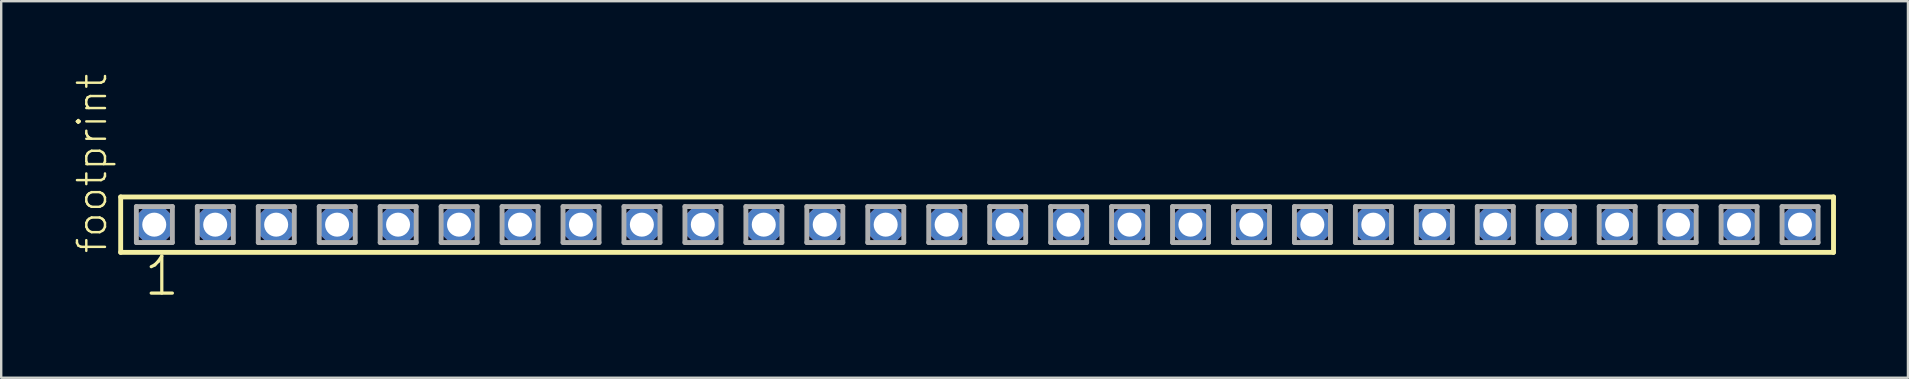
<source format=kicad_pcb>
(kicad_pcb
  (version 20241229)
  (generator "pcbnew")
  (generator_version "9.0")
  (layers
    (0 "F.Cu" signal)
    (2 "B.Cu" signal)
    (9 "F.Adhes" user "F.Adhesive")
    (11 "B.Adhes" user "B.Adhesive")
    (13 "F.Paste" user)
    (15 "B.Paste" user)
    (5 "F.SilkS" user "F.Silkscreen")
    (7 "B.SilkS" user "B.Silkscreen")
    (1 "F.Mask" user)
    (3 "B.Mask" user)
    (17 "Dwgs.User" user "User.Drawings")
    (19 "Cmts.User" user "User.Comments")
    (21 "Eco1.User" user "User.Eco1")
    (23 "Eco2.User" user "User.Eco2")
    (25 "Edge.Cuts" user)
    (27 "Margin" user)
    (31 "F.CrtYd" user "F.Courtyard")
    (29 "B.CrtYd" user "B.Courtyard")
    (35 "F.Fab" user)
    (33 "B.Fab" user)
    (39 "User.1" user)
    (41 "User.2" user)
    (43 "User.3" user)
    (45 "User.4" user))
  (footprint "footprint"
    (layer "F.Cu")
    (at 37.668 6.312)
    (property "Reference" "footprint" (at -36.195 1.27 90) (layer "F.SilkS") (effects (font (size 1.168 1.168) (thickness 0.102)) (justify left bottom)))
    (fp_line (start -35.689 -1.155) (end 35.689 -1.155) (stroke (width 0.203) (type solid)) (layer "F.SilkS"))
    (fp_line (start -35.689 1.155) (end -35.689 -1.155) (stroke (width 0.203) (type solid)) (layer "F.SilkS"))
    (fp_line (start 35.689 -1.155) (end 35.689 1.155) (stroke (width 0.203) (type solid)) (layer "F.SilkS"))
    (fp_line (start 35.689 1.155) (end -35.689 1.155) (stroke (width 0.203) (type solid)) (layer "F.SilkS"))
    (fp_line (start -35.035 -0.755) (end -33.535 -0.755) (stroke (width 0.203) (type solid)) (layer "F.Fab"))
    (fp_line (start -35.035 0.745) (end -35.035 -0.755) (stroke (width 0.203) (type solid)) (layer "F.Fab"))
    (fp_line (start -33.535 -0.755) (end -33.535 0.745) (stroke (width 0.203) (type solid)) (layer "F.Fab"))
    (fp_line (start -33.535 0.745) (end -35.035 0.745) (stroke (width 0.203) (type solid)) (layer "F.Fab"))
    (fp_line (start -32.495 -0.755) (end -30.995 -0.755) (stroke (width 0.203) (type solid)) (layer "F.Fab"))
    (fp_line (start -32.495 0.745) (end -32.495 -0.755) (stroke (width 0.203) (type solid)) (layer "F.Fab"))
    (fp_line (start -30.995 -0.755) (end -30.995 0.745) (stroke (width 0.203) (type solid)) (layer "F.Fab"))
    (fp_line (start -30.995 0.745) (end -32.495 0.745) (stroke (width 0.203) (type solid)) (layer "F.Fab"))
    (fp_line (start -29.955 -0.755) (end -28.455 -0.755) (stroke (width 0.203) (type solid)) (layer "F.Fab"))
    (fp_line (start -29.955 0.745) (end -29.955 -0.755) (stroke (width 0.203) (type solid)) (layer "F.Fab"))
    (fp_line (start -28.455 -0.755) (end -28.455 0.745) (stroke (width 0.203) (type solid)) (layer "F.Fab"))
    (fp_line (start -28.455 0.745) (end -29.955 0.745) (stroke (width 0.203) (type solid)) (layer "F.Fab"))
    (fp_line (start -27.415 -0.755) (end -25.915 -0.755) (stroke (width 0.203) (type solid)) (layer "F.Fab"))
    (fp_line (start -27.415 0.745) (end -27.415 -0.755) (stroke (width 0.203) (type solid)) (layer "F.Fab"))
    (fp_line (start -25.915 -0.755) (end -25.915 0.745) (stroke (width 0.203) (type solid)) (layer "F.Fab"))
    (fp_line (start -25.915 0.745) (end -27.415 0.745) (stroke (width 0.203) (type solid)) (layer "F.Fab"))
    (fp_line (start -24.875 -0.755) (end -23.375 -0.755) (stroke (width 0.203) (type solid)) (layer "F.Fab"))
    (fp_line (start -24.875 0.745) (end -24.875 -0.755) (stroke (width 0.203) (type solid)) (layer "F.Fab"))
    (fp_line (start -23.375 -0.755) (end -23.375 0.745) (stroke (width 0.203) (type solid)) (layer "F.Fab"))
    (fp_line (start -23.375 0.745) (end -24.875 0.745) (stroke (width 0.203) (type solid)) (layer "F.Fab"))
    (fp_line (start -22.335 -0.755) (end -20.835 -0.755) (stroke (width 0.203) (type solid)) (layer "F.Fab"))
    (fp_line (start -22.335 0.745) (end -22.335 -0.755) (stroke (width 0.203) (type solid)) (layer "F.Fab"))
    (fp_line (start -20.835 -0.755) (end -20.835 0.745) (stroke (width 0.203) (type solid)) (layer "F.Fab"))
    (fp_line (start -20.835 0.745) (end -22.335 0.745) (stroke (width 0.203) (type solid)) (layer "F.Fab"))
    (fp_line (start -19.795 -0.755) (end -18.295 -0.755) (stroke (width 0.203) (type solid)) (layer "F.Fab"))
    (fp_line (start -19.795 0.745) (end -19.795 -0.755) (stroke (width 0.203) (type solid)) (layer "F.Fab"))
    (fp_line (start -18.295 -0.755) (end -18.295 0.745) (stroke (width 0.203) (type solid)) (layer "F.Fab"))
    (fp_line (start -18.295 0.745) (end -19.795 0.745) (stroke (width 0.203) (type solid)) (layer "F.Fab"))
    (fp_line (start -17.255 -0.755) (end -15.755 -0.755) (stroke (width 0.203) (type solid)) (layer "F.Fab"))
    (fp_line (start -17.255 0.745) (end -17.255 -0.755) (stroke (width 0.203) (type solid)) (layer "F.Fab"))
    (fp_line (start -15.755 -0.755) (end -15.755 0.745) (stroke (width 0.203) (type solid)) (layer "F.Fab"))
    (fp_line (start -15.755 0.745) (end -17.255 0.745) (stroke (width 0.203) (type solid)) (layer "F.Fab"))
    (fp_line (start -14.715 -0.755) (end -13.215 -0.755) (stroke (width 0.203) (type solid)) (layer "F.Fab"))
    (fp_line (start -14.715 0.745) (end -14.715 -0.755) (stroke (width 0.203) (type solid)) (layer "F.Fab"))
    (fp_line (start -13.215 -0.755) (end -13.215 0.745) (stroke (width 0.203) (type solid)) (layer "F.Fab"))
    (fp_line (start -13.215 0.745) (end -14.715 0.745) (stroke (width 0.203) (type solid)) (layer "F.Fab"))
    (fp_line (start -12.175 -0.755) (end -10.675 -0.755) (stroke (width 0.203) (type solid)) (layer "F.Fab"))
    (fp_line (start -12.175 0.745) (end -12.175 -0.755) (stroke (width 0.203) (type solid)) (layer "F.Fab"))
    (fp_line (start -10.675 -0.755) (end -10.675 0.745) (stroke (width 0.203) (type solid)) (layer "F.Fab"))
    (fp_line (start -10.675 0.745) (end -12.175 0.745) (stroke (width 0.203) (type solid)) (layer "F.Fab"))
    (fp_line (start -9.635 -0.755) (end -8.135 -0.755) (stroke (width 0.203) (type solid)) (layer "F.Fab"))
    (fp_line (start -9.635 0.745) (end -9.635 -0.755) (stroke (width 0.203) (type solid)) (layer "F.Fab"))
    (fp_line (start -8.135 -0.755) (end -8.135 0.745) (stroke (width 0.203) (type solid)) (layer "F.Fab"))
    (fp_line (start -8.135 0.745) (end -9.635 0.745) (stroke (width 0.203) (type solid)) (layer "F.Fab"))
    (fp_line (start -7.095 -0.755) (end -5.595 -0.755) (stroke (width 0.203) (type solid)) (layer "F.Fab"))
    (fp_line (start -7.095 0.745) (end -7.095 -0.755) (stroke (width 0.203) (type solid)) (layer "F.Fab"))
    (fp_line (start -5.595 -0.755) (end -5.595 0.745) (stroke (width 0.203) (type solid)) (layer "F.Fab"))
    (fp_line (start -5.595 0.745) (end -7.095 0.745) (stroke (width 0.203) (type solid)) (layer "F.Fab"))
    (fp_line (start -4.555 -0.755) (end -3.055 -0.755) (stroke (width 0.203) (type solid)) (layer "F.Fab"))
    (fp_line (start -4.555 0.745) (end -4.555 -0.755) (stroke (width 0.203) (type solid)) (layer "F.Fab"))
    (fp_line (start -3.055 -0.755) (end -3.055 0.745) (stroke (width 0.203) (type solid)) (layer "F.Fab"))
    (fp_line (start -3.055 0.745) (end -4.555 0.745) (stroke (width 0.203) (type solid)) (layer "F.Fab"))
    (fp_line (start -2.015 -0.755) (end -0.515 -0.755) (stroke (width 0.203) (type solid)) (layer "F.Fab"))
    (fp_line (start -2.015 0.745) (end -2.015 -0.755) (stroke (width 0.203) (type solid)) (layer "F.Fab"))
    (fp_line (start -0.515 -0.755) (end -0.515 0.745) (stroke (width 0.203) (type solid)) (layer "F.Fab"))
    (fp_line (start -0.515 0.745) (end -2.015 0.745) (stroke (width 0.203) (type solid)) (layer "F.Fab"))
    (fp_line (start 0.525 -0.755) (end 2.025 -0.755) (stroke (width 0.203) (type solid)) (layer "F.Fab"))
    (fp_line (start 0.525 0.745) (end 0.525 -0.755) (stroke (width 0.203) (type solid)) (layer "F.Fab"))
    (fp_line (start 2.025 -0.755) (end 2.025 0.745) (stroke (width 0.203) (type solid)) (layer "F.Fab"))
    (fp_line (start 2.025 0.745) (end 0.525 0.745) (stroke (width 0.203) (type solid)) (layer "F.Fab"))
    (fp_line (start 3.065 -0.755) (end 4.565 -0.755) (stroke (width 0.203) (type solid)) (layer "F.Fab"))
    (fp_line (start 3.065 0.745) (end 3.065 -0.755) (stroke (width 0.203) (type solid)) (layer "F.Fab"))
    (fp_line (start 4.565 -0.755) (end 4.565 0.745) (stroke (width 0.203) (type solid)) (layer "F.Fab"))
    (fp_line (start 4.565 0.745) (end 3.065 0.745) (stroke (width 0.203) (type solid)) (layer "F.Fab"))
    (fp_line (start 5.605 -0.755) (end 7.105 -0.755) (stroke (width 0.203) (type solid)) (layer "F.Fab"))
    (fp_line (start 5.605 0.745) (end 5.605 -0.755) (stroke (width 0.203) (type solid)) (layer "F.Fab"))
    (fp_line (start 7.105 -0.755) (end 7.105 0.745) (stroke (width 0.203) (type solid)) (layer "F.Fab"))
    (fp_line (start 7.105 0.745) (end 5.605 0.745) (stroke (width 0.203) (type solid)) (layer "F.Fab"))
    (fp_line (start 8.145 -0.755) (end 9.645 -0.755) (stroke (width 0.203) (type solid)) (layer "F.Fab"))
    (fp_line (start 8.145 0.745) (end 8.145 -0.755) (stroke (width 0.203) (type solid)) (layer "F.Fab"))
    (fp_line (start 9.645 -0.755) (end 9.645 0.745) (stroke (width 0.203) (type solid)) (layer "F.Fab"))
    (fp_line (start 9.645 0.745) (end 8.145 0.745) (stroke (width 0.203) (type solid)) (layer "F.Fab"))
    (fp_line (start 10.685 -0.755) (end 12.185 -0.755) (stroke (width 0.203) (type solid)) (layer "F.Fab"))
    (fp_line (start 10.685 0.745) (end 10.685 -0.755) (stroke (width 0.203) (type solid)) (layer "F.Fab"))
    (fp_line (start 12.185 -0.755) (end 12.185 0.745) (stroke (width 0.203) (type solid)) (layer "F.Fab"))
    (fp_line (start 12.185 0.745) (end 10.685 0.745) (stroke (width 0.203) (type solid)) (layer "F.Fab"))
    (fp_line (start 13.225 -0.755) (end 14.725 -0.755) (stroke (width 0.203) (type solid)) (layer "F.Fab"))
    (fp_line (start 13.225 0.745) (end 13.225 -0.755) (stroke (width 0.203) (type solid)) (layer "F.Fab"))
    (fp_line (start 14.725 -0.755) (end 14.725 0.745) (stroke (width 0.203) (type solid)) (layer "F.Fab"))
    (fp_line (start 14.725 0.745) (end 13.225 0.745) (stroke (width 0.203) (type solid)) (layer "F.Fab"))
    (fp_line (start 15.765 -0.755) (end 17.265 -0.755) (stroke (width 0.203) (type solid)) (layer "F.Fab"))
    (fp_line (start 15.765 0.745) (end 15.765 -0.755) (stroke (width 0.203) (type solid)) (layer "F.Fab"))
    (fp_line (start 17.265 -0.755) (end 17.265 0.745) (stroke (width 0.203) (type solid)) (layer "F.Fab"))
    (fp_line (start 17.265 0.745) (end 15.765 0.745) (stroke (width 0.203) (type solid)) (layer "F.Fab"))
    (fp_line (start 18.305 -0.755) (end 19.805 -0.755) (stroke (width 0.203) (type solid)) (layer "F.Fab"))
    (fp_line (start 18.305 0.745) (end 18.305 -0.755) (stroke (width 0.203) (type solid)) (layer "F.Fab"))
    (fp_line (start 19.805 -0.755) (end 19.805 0.745) (stroke (width 0.203) (type solid)) (layer "F.Fab"))
    (fp_line (start 19.805 0.745) (end 18.305 0.745) (stroke (width 0.203) (type solid)) (layer "F.Fab"))
    (fp_line (start 20.845 -0.755) (end 22.345 -0.755) (stroke (width 0.203) (type solid)) (layer "F.Fab"))
    (fp_line (start 20.845 0.745) (end 20.845 -0.755) (stroke (width 0.203) (type solid)) (layer "F.Fab"))
    (fp_line (start 22.345 -0.755) (end 22.345 0.745) (stroke (width 0.203) (type solid)) (layer "F.Fab"))
    (fp_line (start 22.345 0.745) (end 20.845 0.745) (stroke (width 0.203) (type solid)) (layer "F.Fab"))
    (fp_line (start 23.385 -0.755) (end 24.885 -0.755) (stroke (width 0.203) (type solid)) (layer "F.Fab"))
    (fp_line (start 23.385 0.745) (end 23.385 -0.755) (stroke (width 0.203) (type solid)) (layer "F.Fab"))
    (fp_line (start 24.885 -0.755) (end 24.885 0.745) (stroke (width 0.203) (type solid)) (layer "F.Fab"))
    (fp_line (start 24.885 0.745) (end 23.385 0.745) (stroke (width 0.203) (type solid)) (layer "F.Fab"))
    (fp_line (start 25.925 -0.755) (end 27.425 -0.755) (stroke (width 0.203) (type solid)) (layer "F.Fab"))
    (fp_line (start 25.925 0.745) (end 25.925 -0.755) (stroke (width 0.203) (type solid)) (layer "F.Fab"))
    (fp_line (start 27.425 -0.755) (end 27.425 0.745) (stroke (width 0.203) (type solid)) (layer "F.Fab"))
    (fp_line (start 27.425 0.745) (end 25.925 0.745) (stroke (width 0.203) (type solid)) (layer "F.Fab"))
    (fp_line (start 28.465 -0.755) (end 29.965 -0.755) (stroke (width 0.203) (type solid)) (layer "F.Fab"))
    (fp_line (start 28.465 0.745) (end 28.465 -0.755) (stroke (width 0.203) (type solid)) (layer "F.Fab"))
    (fp_line (start 29.965 -0.755) (end 29.965 0.745) (stroke (width 0.203) (type solid)) (layer "F.Fab"))
    (fp_line (start 29.965 0.745) (end 28.465 0.745) (stroke (width 0.203) (type solid)) (layer "F.Fab"))
    (fp_line (start 31.005 -0.755) (end 32.505 -0.755) (stroke (width 0.203) (type solid)) (layer "F.Fab"))
    (fp_line (start 31.005 0.745) (end 31.005 -0.755) (stroke (width 0.203) (type solid)) (layer "F.Fab"))
    (fp_line (start 32.505 -0.755) (end 32.505 0.745) (stroke (width 0.203) (type solid)) (layer "F.Fab"))
    (fp_line (start 32.505 0.745) (end 31.005 0.745) (stroke (width 0.203) (type solid)) (layer "F.Fab"))
    (fp_line (start 33.545 -0.755) (end 35.045 -0.755) (stroke (width 0.203) (type solid)) (layer "F.Fab"))
    (fp_line (start 33.545 0.745) (end 33.545 -0.755) (stroke (width 0.203) (type solid)) (layer "F.Fab"))
    (fp_line (start 35.045 -0.755) (end 35.045 0.745) (stroke (width 0.203) (type solid)) (layer "F.Fab"))
    (fp_line (start 35.045 0.745) (end 33.545 0.745) (stroke (width 0.203) (type solid)) (layer "F.Fab"))
    (fp_text user "1" (at -34.798 3.048 0) (layer "F.SilkS") (effects (font (size 1.542 1.542) (thickness 0.134)) (justify left bottom)))
    (pad "1" thru_hole roundrect (at -34.29 0) (size 1.5 1.5) (drill 1) (layers "*.Cu" "*.Mask") (roundrect_rratio 0.25) (chamfer_ratio 0.25) (chamfer top_left top_right bottom_left bottom_right))
    (pad "2" thru_hole roundrect (at -31.75 0) (size 1.5 1.5) (drill 1) (layers "*.Cu" "*.Mask") (roundrect_rratio 0.25) (chamfer_ratio 0.25) (chamfer top_left top_right bottom_left bottom_right))
    (pad "3" thru_hole roundrect (at -29.21 0) (size 1.5 1.5) (drill 1) (layers "*.Cu" "*.Mask") (roundrect_rratio 0.25) (chamfer_ratio 0.25) (chamfer top_left top_right bottom_left bottom_right))
    (pad "4" thru_hole roundrect (at -26.67 0) (size 1.5 1.5) (drill 1) (layers "*.Cu" "*.Mask") (roundrect_rratio 0.25) (chamfer_ratio 0.25) (chamfer top_left top_right bottom_left bottom_right))
    (pad "5" thru_hole roundrect (at -24.13 0) (size 1.5 1.5) (drill 1) (layers "*.Cu" "*.Mask") (roundrect_rratio 0.25) (chamfer_ratio 0.25) (chamfer top_left top_right bottom_left bottom_right))
    (pad "6" thru_hole roundrect (at -21.59 0) (size 1.5 1.5) (drill 1) (layers "*.Cu" "*.Mask") (roundrect_rratio 0.25) (chamfer_ratio 0.25) (chamfer top_left top_right bottom_left bottom_right))
    (pad "7" thru_hole roundrect (at -19.05 0) (size 1.5 1.5) (drill 1) (layers "*.Cu" "*.Mask") (roundrect_rratio 0.25) (chamfer_ratio 0.25) (chamfer top_left top_right bottom_left bottom_right))
    (pad "8" thru_hole roundrect (at -16.51 0) (size 1.5 1.5) (drill 1) (layers "*.Cu" "*.Mask") (roundrect_rratio 0.25) (chamfer_ratio 0.25) (chamfer top_left top_right bottom_left bottom_right))
    (pad "9" thru_hole roundrect (at -13.97 0) (size 1.5 1.5) (drill 1) (layers "*.Cu" "*.Mask") (roundrect_rratio 0.25) (chamfer_ratio 0.25) (chamfer top_left top_right bottom_left bottom_right))
    (pad "10" thru_hole roundrect (at -11.43 0) (size 1.5 1.5) (drill 1) (layers "*.Cu" "*.Mask") (roundrect_rratio 0.25) (chamfer_ratio 0.25) (chamfer top_left top_right bottom_left bottom_right))
    (pad "11" thru_hole roundrect (at -8.89 0) (size 1.5 1.5) (drill 1) (layers "*.Cu" "*.Mask") (roundrect_rratio 0.25) (chamfer_ratio 0.25) (chamfer top_left top_right bottom_left bottom_right))
    (pad "12" thru_hole roundrect (at -6.35 0) (size 1.5 1.5) (drill 1) (layers "*.Cu" "*.Mask") (roundrect_rratio 0.25) (chamfer_ratio 0.25) (chamfer top_left top_right bottom_left bottom_right))
    (pad "13" thru_hole roundrect (at -3.81 0) (size 1.5 1.5) (drill 1) (layers "*.Cu" "*.Mask") (roundrect_rratio 0.25) (chamfer_ratio 0.25) (chamfer top_left top_right bottom_left bottom_right))
    (pad "14" thru_hole roundrect (at -1.27 0) (size 1.5 1.5) (drill 1) (layers "*.Cu" "*.Mask") (roundrect_rratio 0.25) (chamfer_ratio 0.25) (chamfer top_left top_right bottom_left bottom_right))
    (pad "15" thru_hole roundrect (at 1.27 0) (size 1.5 1.5) (drill 1) (layers "*.Cu" "*.Mask") (roundrect_rratio 0.25) (chamfer_ratio 0.25) (chamfer top_left top_right bottom_left bottom_right))
    (pad "16" thru_hole roundrect (at 3.81 0) (size 1.5 1.5) (drill 1) (layers "*.Cu" "*.Mask") (roundrect_rratio 0.25) (chamfer_ratio 0.25) (chamfer top_left top_right bottom_left bottom_right))
    (pad "17" thru_hole roundrect (at 6.35 0) (size 1.5 1.5) (drill 1) (layers "*.Cu" "*.Mask") (roundrect_rratio 0.25) (chamfer_ratio 0.25) (chamfer top_left top_right bottom_left bottom_right))
    (pad "18" thru_hole roundrect (at 8.89 0) (size 1.5 1.5) (drill 1) (layers "*.Cu" "*.Mask") (roundrect_rratio 0.25) (chamfer_ratio 0.25) (chamfer top_left top_right bottom_left bottom_right))
    (pad "19" thru_hole roundrect (at 11.43 0) (size 1.5 1.5) (drill 1) (layers "*.Cu" "*.Mask") (roundrect_rratio 0.25) (chamfer_ratio 0.25) (chamfer top_left top_right bottom_left bottom_right))
    (pad "20" thru_hole roundrect (at 13.97 0) (size 1.5 1.5) (drill 1) (layers "*.Cu" "*.Mask") (roundrect_rratio 0.25) (chamfer_ratio 0.25) (chamfer top_left top_right bottom_left bottom_right))
    (pad "21" thru_hole roundrect (at 16.51 0) (size 1.5 1.5) (drill 1) (layers "*.Cu" "*.Mask") (roundrect_rratio 0.25) (chamfer_ratio 0.25) (chamfer top_left top_right bottom_left bottom_right))
    (pad "22" thru_hole roundrect (at 19.05 0) (size 1.5 1.5) (drill 1) (layers "*.Cu" "*.Mask") (roundrect_rratio 0.25) (chamfer_ratio 0.25) (chamfer top_left top_right bottom_left bottom_right))
    (pad "23" thru_hole roundrect (at 21.59 0) (size 1.5 1.5) (drill 1) (layers "*.Cu" "*.Mask") (roundrect_rratio 0.25) (chamfer_ratio 0.25) (chamfer top_left top_right bottom_left bottom_right))
    (pad "24" thru_hole roundrect (at 24.13 0) (size 1.5 1.5) (drill 1) (layers "*.Cu" "*.Mask") (roundrect_rratio 0.25) (chamfer_ratio 0.25) (chamfer top_left top_right bottom_left bottom_right))
    (pad "25" thru_hole roundrect (at 26.67 0) (size 1.5 1.5) (drill 1) (layers "*.Cu" "*.Mask") (roundrect_rratio 0.25) (chamfer_ratio 0.25) (chamfer top_left top_right bottom_left bottom_right))
    (pad "26" thru_hole roundrect (at 29.21 0) (size 1.5 1.5) (drill 1) (layers "*.Cu" "*.Mask") (roundrect_rratio 0.25) (chamfer_ratio 0.25) (chamfer top_left top_right bottom_left bottom_right))
    (pad "27" thru_hole roundrect (at 31.75 0) (size 1.5 1.5) (drill 1) (layers "*.Cu" "*.Mask") (roundrect_rratio 0.25) (chamfer_ratio 0.25) (chamfer top_left top_right bottom_left bottom_right))
    (pad "28" thru_hole roundrect (at 34.29 0) (size 1.5 1.5) (drill 1) (layers "*.Cu" "*.Mask") (roundrect_rratio 0.25) (chamfer_ratio 0.25) (chamfer top_left top_right bottom_left bottom_right)))
  (gr_rect
    (start -3 -3)
    (end 76.459 12.691)
    (stroke (width 0.1) (type default))
    (fill no)
    (layer "Edge.Cuts")))
</source>
